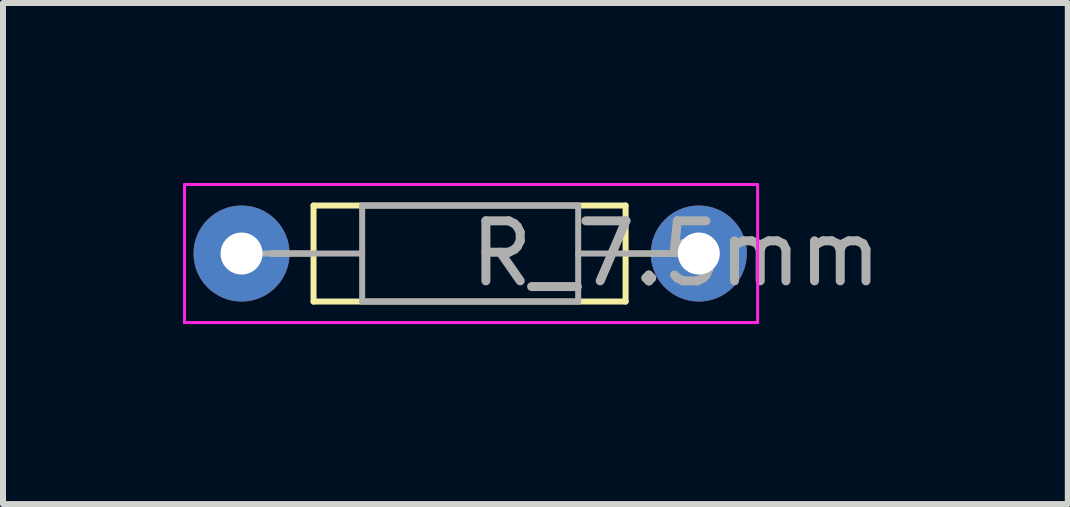
<source format=kicad_pcb>
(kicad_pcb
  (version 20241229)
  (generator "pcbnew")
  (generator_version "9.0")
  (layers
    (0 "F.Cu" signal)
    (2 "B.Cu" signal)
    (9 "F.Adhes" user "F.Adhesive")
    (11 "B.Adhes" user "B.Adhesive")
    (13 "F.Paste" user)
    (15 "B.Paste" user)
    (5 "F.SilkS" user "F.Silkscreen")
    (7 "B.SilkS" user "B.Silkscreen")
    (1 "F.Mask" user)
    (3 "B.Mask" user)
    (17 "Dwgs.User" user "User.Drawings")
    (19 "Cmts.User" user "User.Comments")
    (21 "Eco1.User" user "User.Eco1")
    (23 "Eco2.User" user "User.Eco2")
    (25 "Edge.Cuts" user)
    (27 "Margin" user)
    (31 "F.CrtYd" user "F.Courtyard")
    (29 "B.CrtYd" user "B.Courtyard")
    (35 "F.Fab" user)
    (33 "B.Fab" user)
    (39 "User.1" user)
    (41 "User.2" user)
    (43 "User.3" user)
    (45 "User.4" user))
  (footprint "R_7.5mm"
    (layer "F.Cu")
    (at 0.975 1.175)
    (property "Reference" "R_7.5mm" (at 7.239 0 0) (layer "F.Fab") (effects (font (size 1 1) (thickness 0.15))))
    (attr through_hole)
    (fp_line (start 1.2 -0.8) (end 6.4 -0.8) (stroke (width 0.1) (type solid)) (layer "F.SilkS"))
    (fp_line (start 1.2 0) (end 0.5 0) (stroke (width 0.1) (type solid)) (layer "F.SilkS"))
    (fp_line (start 1.2 0.8) (end 1.2 -0.8) (stroke (width 0.1) (type solid)) (layer "F.SilkS"))
    (fp_line (start 6.4 -0.8) (end 6.4 0.8) (stroke (width 0.1) (type solid)) (layer "F.SilkS"))
    (fp_line (start 6.4 0) (end 7.3 0) (stroke (width 0.1) (type solid)) (layer "F.SilkS"))
    (fp_line (start 6.4 0.8) (end 1.2 0.8) (stroke (width 0.1) (type solid)) (layer "F.SilkS"))
    (fp_line (start -0.95 -1.15) (end -0.95 1.15) (stroke (width 0.05) (type solid)) (layer "F.CrtYd"))
    (fp_line (start -0.95 1.15) (end 8.6 1.15) (stroke (width 0.05) (type solid)) (layer "F.CrtYd"))
    (fp_line (start 8.6 -1.15) (end -0.95 -1.15) (stroke (width 0.05) (type solid)) (layer "F.CrtYd"))
    (fp_line (start 8.6 1.15) (end 8.6 -1.15) (stroke (width 0.05) (type solid)) (layer "F.CrtYd"))
    (fp_line (start 0 0) (end 2.01 0) (stroke (width 0.1) (type solid)) (layer "F.Fab"))
    (fp_line (start 2.01 -0.8) (end 2.01 0.8) (stroke (width 0.1) (type solid)) (layer "F.Fab"))
    (fp_line (start 2.01 0.8) (end 5.61 0.8) (stroke (width 0.1) (type solid)) (layer "F.Fab"))
    (fp_line (start 5.61 -0.8) (end 2.01 -0.8) (stroke (width 0.1) (type solid)) (layer "F.Fab"))
    (fp_line (start 5.61 0.8) (end 5.61 -0.8) (stroke (width 0.1) (type solid)) (layer "F.Fab"))
    (fp_line (start 7.62 0) (end 5.61 0) (stroke (width 0.1) (type solid)) (layer "F.Fab"))
    (pad "1" thru_hole circle (at 0 0) (size 1.6 1.6) (drill 0.7) (layers "*.Cu" "*.Mask"))
    (pad "2" thru_hole circle (at 7.62 0) (size 1.6 1.6) (drill 0.7) (layers "*.Cu" "*.Mask")))
  (gr_rect
    (start -3 -3)
    (end 14.744 5.35)
    (stroke (width 0.1) (type default))
    (fill no)
    (layer "Edge.Cuts")))
</source>
